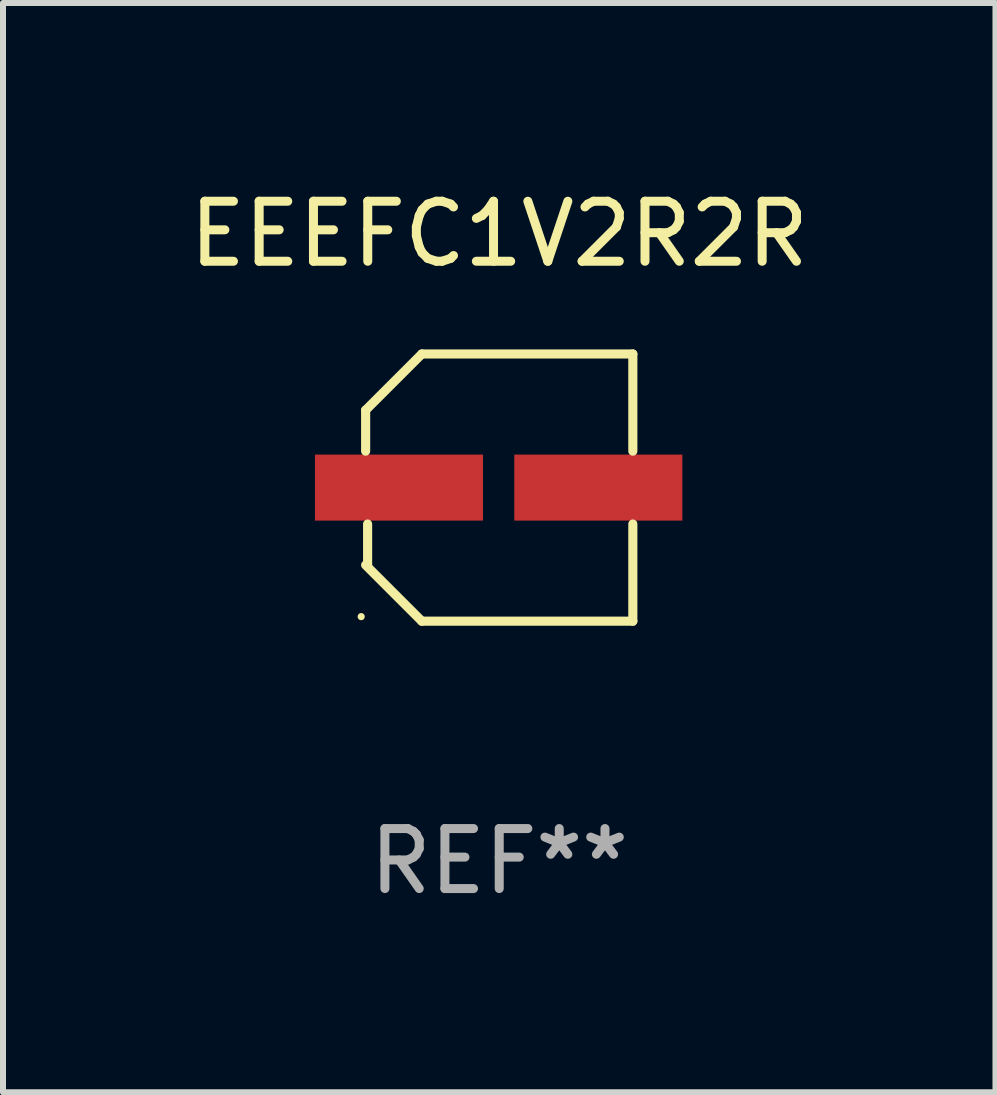
<source format=kicad_pcb>
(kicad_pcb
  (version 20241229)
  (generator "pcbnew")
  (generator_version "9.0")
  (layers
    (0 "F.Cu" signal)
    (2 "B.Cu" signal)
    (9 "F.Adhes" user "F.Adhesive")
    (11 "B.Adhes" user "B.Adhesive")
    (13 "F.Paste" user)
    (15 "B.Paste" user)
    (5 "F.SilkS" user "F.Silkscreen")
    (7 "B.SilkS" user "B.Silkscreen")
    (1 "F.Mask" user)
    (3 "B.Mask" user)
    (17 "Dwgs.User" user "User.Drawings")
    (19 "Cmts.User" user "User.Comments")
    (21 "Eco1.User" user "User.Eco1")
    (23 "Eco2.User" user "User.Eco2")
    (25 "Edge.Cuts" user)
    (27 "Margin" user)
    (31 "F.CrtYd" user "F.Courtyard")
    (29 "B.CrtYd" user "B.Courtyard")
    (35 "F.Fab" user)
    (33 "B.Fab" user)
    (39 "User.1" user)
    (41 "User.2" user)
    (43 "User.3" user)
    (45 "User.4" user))
  (footprint "EEEFC1V2R2R"
    (layer "F.Cu")
    (at 5.268 5.074)
    (property "Reference" "EEEFC1V2R2R" (at 0 -4.226 0) (layer "F.SilkS") (effects (font (size 1 1) (thickness 0.15))))
    (attr through_hole)
    (fp_line (start -2.226 -1.29) (end -2.226 -0.607) (stroke (width 0.152) (type solid)) (layer "F.SilkS"))
    (fp_line (start -2.193 1.29) (end -2.193 0.607) (stroke (width 0.152) (type solid)) (layer "F.SilkS"))
    (fp_line (start -1.29 2.226) (end -2.226 1.29) (stroke (width 0.152) (type solid)) (layer "F.SilkS"))
    (fp_line (start -1.29 -2.226) (end -2.226 -1.29) (stroke (width 0.152) (type solid)) (layer "F.SilkS"))
    (fp_line (start 2.226 -2.226) (end -1.29 -2.226) (stroke (width 0.152) (type solid)) (layer "F.SilkS"))
    (fp_line (start 2.226 -0.607) (end 2.226 -2.226) (stroke (width 0.152) (type solid)) (layer "F.SilkS"))
    (fp_line (start 2.226 0.607) (end 2.226 2.226) (stroke (width 0.152) (type solid)) (layer "F.SilkS"))
    (fp_line (start 2.226 2.226) (end -1.29 2.226) (stroke (width 0.152) (type solid)) (layer "F.SilkS"))
    (fp_circle (center -2.3 2.15) (end -2.27 2.15) (stroke (width 0.06) (type solid)) (fill no) (layer "F.SilkS"))
    (fp_text user "REF**" (at 0 6.226 0) (layer "F.Fab") (effects (font (size 1 1) (thickness 0.15))))
    (pad "1" smd rect (at -1.67 -0.000025) (size 2.8 1.1) (layers "F.Cu" "F.Mask" "F.Paste"))
    (pad "2" smd rect (at 1.651 -0.000025) (size 2.8 1.1) (layers "F.Cu" "F.Mask" "F.Paste")))
  (gr_rect
    (start -3 -3)
    (end 13.536 15.149)
    (stroke (width 0.1) (type default))
    (fill no)
    (layer "Edge.Cuts")))
</source>
